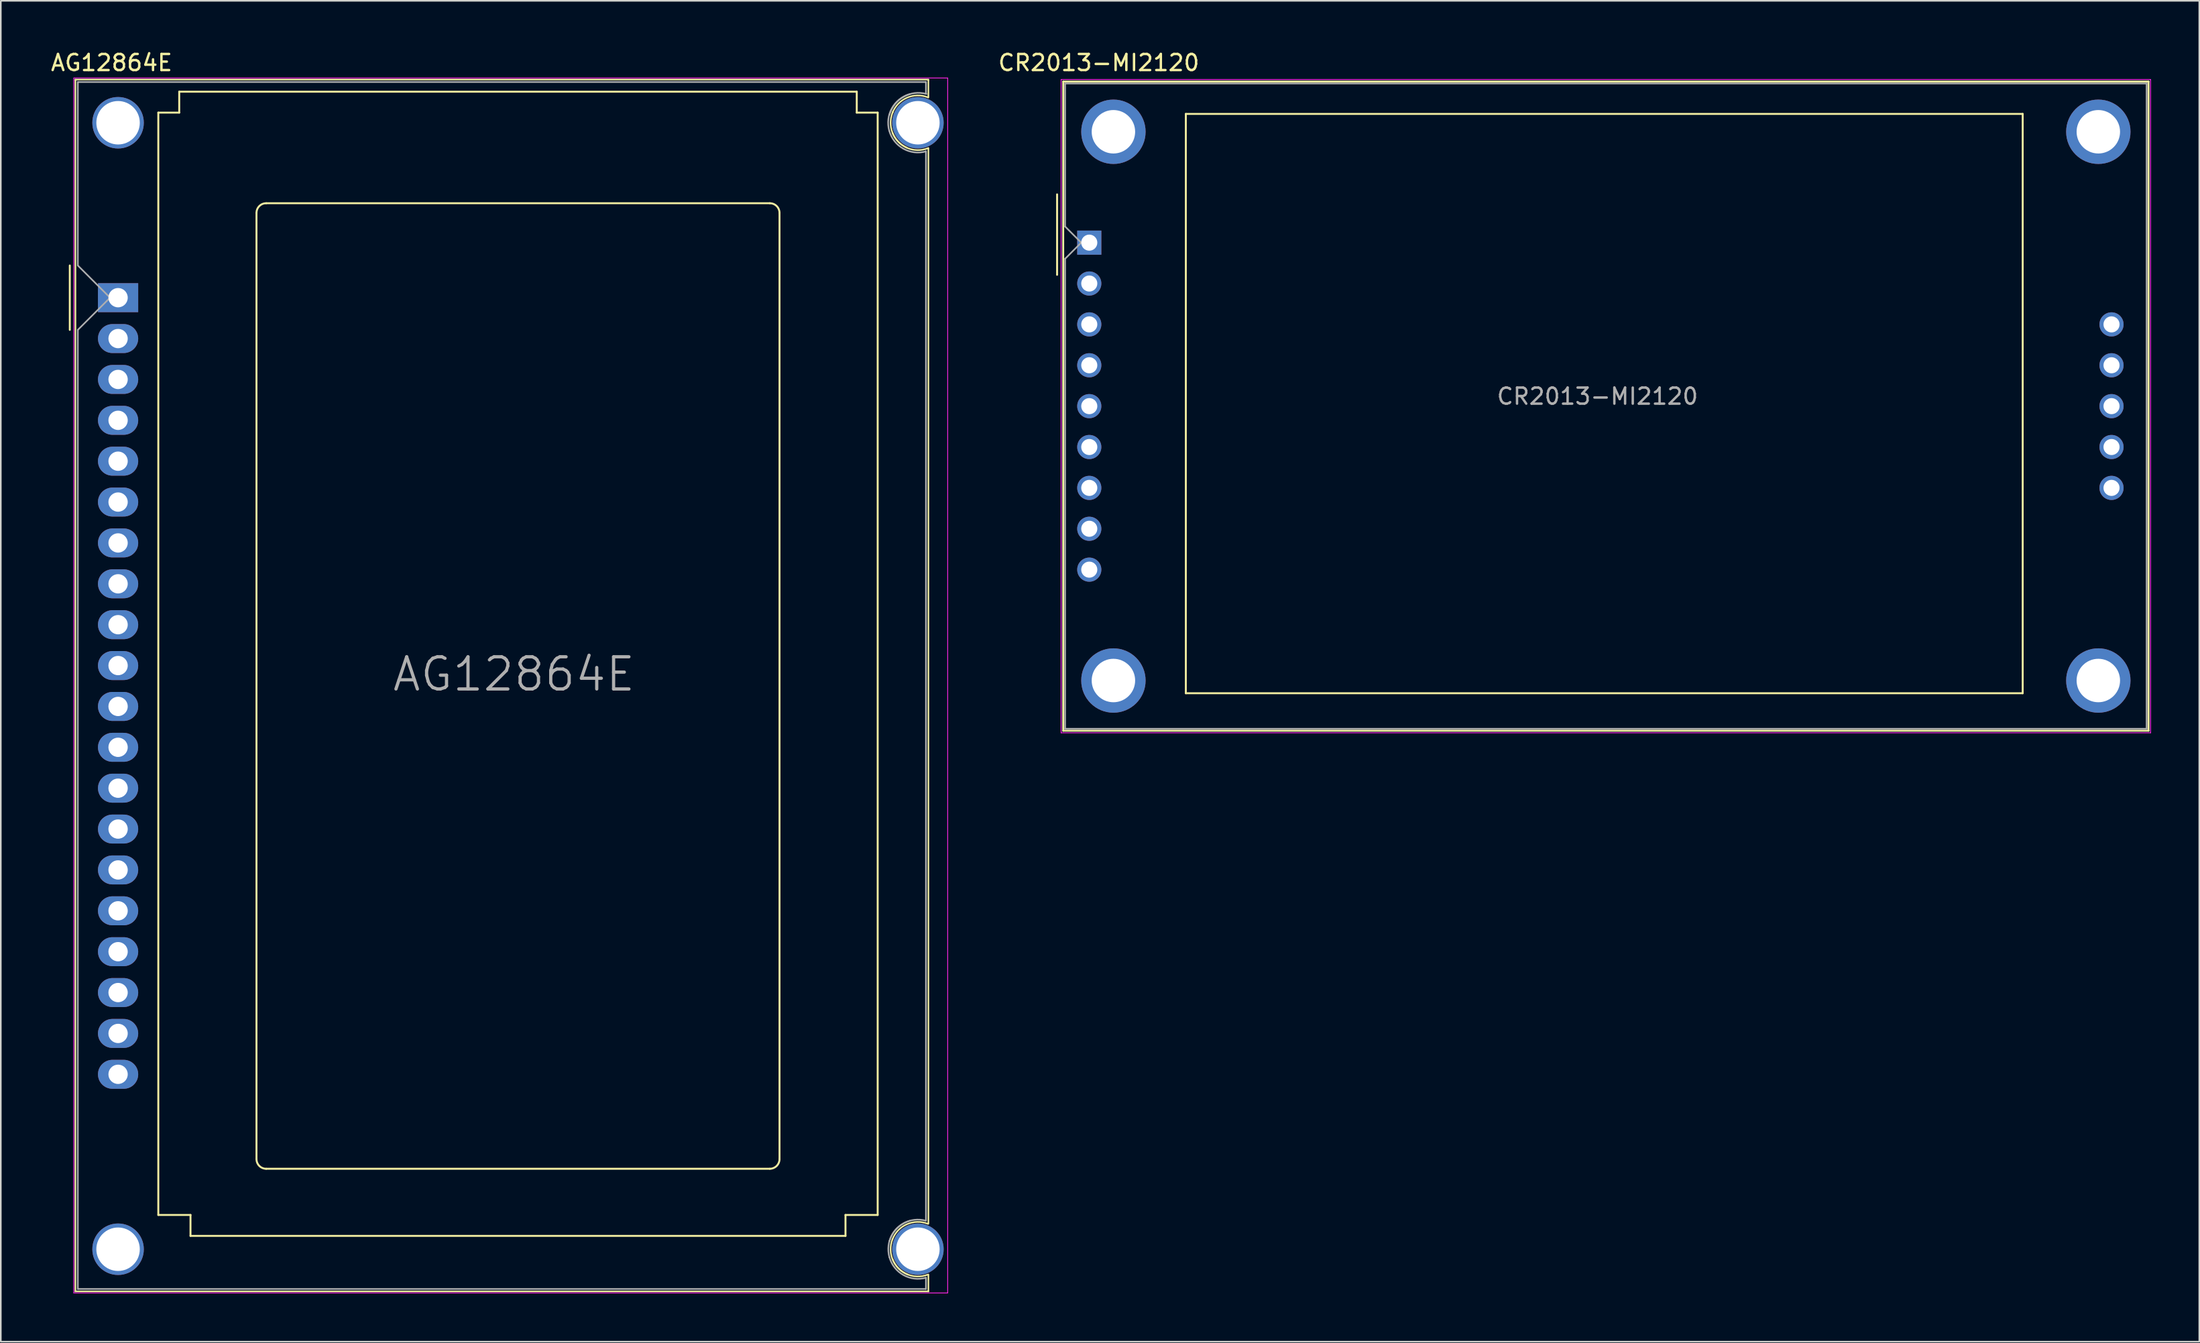
<source format=kicad_pcb>
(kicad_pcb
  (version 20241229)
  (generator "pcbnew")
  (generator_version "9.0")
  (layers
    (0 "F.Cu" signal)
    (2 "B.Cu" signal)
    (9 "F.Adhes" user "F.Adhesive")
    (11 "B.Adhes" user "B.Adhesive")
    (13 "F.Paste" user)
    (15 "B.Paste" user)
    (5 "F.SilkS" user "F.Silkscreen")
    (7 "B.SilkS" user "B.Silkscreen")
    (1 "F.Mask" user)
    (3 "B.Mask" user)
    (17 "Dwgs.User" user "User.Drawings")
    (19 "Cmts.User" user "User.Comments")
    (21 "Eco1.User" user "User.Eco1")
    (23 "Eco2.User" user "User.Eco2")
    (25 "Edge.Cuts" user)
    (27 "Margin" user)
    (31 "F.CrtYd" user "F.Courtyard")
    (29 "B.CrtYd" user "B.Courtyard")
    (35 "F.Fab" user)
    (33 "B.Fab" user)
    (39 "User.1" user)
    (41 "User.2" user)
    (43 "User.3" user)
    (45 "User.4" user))
  (footprint "AG12864E"
    (layer "F.Cu")
    (at 4.287 15.448)
    (property "Reference" "AG12864E" (at -0.4 -14.6 0) (layer "F.SilkS") (effects (font (size 1 1) (thickness 0.15))))
    (attr through_hole)
    (fp_line (start -3 -2) (end -3 2) (stroke (width 0.12) (type solid)) (layer "F.SilkS"))
    (fp_line (start -2.65 -13.55) (end -2.65 61.75) (stroke (width 0.1) (type solid)) (layer "F.SilkS"))
    (fp_line (start -2.65 61.75) (end 50.35 61.75) (stroke (width 0.1) (type solid)) (layer "F.SilkS"))
    (fp_line (start 2.5 57) (end 2.5 -11.5) (stroke (width 0.12) (type solid)) (layer "F.SilkS"))
    (fp_line (start 2.5 57) (end 4.5 57) (stroke (width 0.12) (type solid)) (layer "F.SilkS"))
    (fp_line (start 3.8 -12.8) (end 3.8 -11.5) (stroke (width 0.12) (type solid)) (layer "F.SilkS"))
    (fp_line (start 3.8 -12.8) (end 45.9 -12.8) (stroke (width 0.12) (type solid)) (layer "F.SilkS"))
    (fp_line (start 3.8 -11.5) (end 2.5 -11.5) (stroke (width 0.12) (type solid)) (layer "F.SilkS"))
    (fp_line (start 4.5 57) (end 4.5 58.3) (stroke (width 0.12) (type solid)) (layer "F.SilkS"))
    (fp_line (start 8.6 -5.27) (end 8.6 53.53) (stroke (width 0.12) (type solid)) (layer "F.SilkS"))
    (fp_line (start 9.2 54.13) (end 40.5 54.13) (stroke (width 0.12) (type solid)) (layer "F.SilkS"))
    (fp_line (start 40.5 -5.87) (end 9.21 -5.87) (stroke (width 0.12) (type solid)) (layer "F.SilkS"))
    (fp_line (start 41.1 53.53) (end 41.1 -5.27) (stroke (width 0.12) (type solid)) (layer "F.SilkS"))
    (fp_line (start 45.2 57) (end 45.2 58.3) (stroke (width 0.12) (type solid)) (layer "F.SilkS"))
    (fp_line (start 45.2 58.3) (end 4.5 58.3) (stroke (width 0.12) (type solid)) (layer "F.SilkS"))
    (fp_line (start 45.9 -11.5) (end 45.9 -12.8) (stroke (width 0.12) (type solid)) (layer "F.SilkS"))
    (fp_line (start 47.2 -11.5) (end 45.9 -11.5) (stroke (width 0.12) (type solid)) (layer "F.SilkS"))
    (fp_line (start 47.2 -11.5) (end 47.2 57) (stroke (width 0.12) (type solid)) (layer "F.SilkS"))
    (fp_line (start 47.2 57) (end 45.2 57) (stroke (width 0.12) (type solid)) (layer "F.SilkS"))
    (fp_line (start 50.35 -13.55) (end -2.65 -13.55) (stroke (width 0.1) (type solid)) (layer "F.SilkS"))
    (fp_line (start 50.35 -13.54) (end 50.35 -12.44) (stroke (width 0.1) (type solid)) (layer "F.SilkS"))
    (fp_line (start 50.35 57.55) (end 50.35 -9.3) (stroke (width 0.1) (type solid)) (layer "F.SilkS"))
    (fp_line (start 50.35 61.75) (end 50.35 60.7) (stroke (width 0.1) (type solid)) (layer "F.SilkS"))
    (fp_arc (start 8.6 -5.27) (mid 8.775736 -5.694264) (end 9.2 -5.87) (stroke (width 0.12) (type solid)) (layer "F.SilkS"))
    (fp_arc (start 9.2 54.13) (mid 8.775736 53.954264) (end 8.6 53.53) (stroke (width 0.12) (type solid)) (layer "F.SilkS"))
    (fp_arc (start 40.5 -5.87) (mid 40.924264 -5.694264) (end 41.1 -5.27) (stroke (width 0.12) (type solid)) (layer "F.SilkS"))
    (fp_arc (start 41.1 53.53) (mid 40.924264 53.954264) (end 40.5 54.13) (stroke (width 0.12) (type solid)) (layer "F.SilkS"))
    (fp_arc (start 48.12 -11.49) (mid 49.021177 -12.425635) (end 50.32 -12.45) (stroke (width 0.1) (type solid)) (layer "F.SilkS"))
    (fp_arc (start 48.12 58.51) (mid 49.021177 57.574365) (end 50.32 57.55) (stroke (width 0.1) (type solid)) (layer "F.SilkS"))
    (fp_arc (start 49.01 -9.32) (mid 48.116081 -10.261888) (end 48.15 -11.56) (stroke (width 0.1) (type solid)) (layer "F.SilkS"))
    (fp_arc (start 49.08 60.71) (mid 48.144365 59.808823) (end 48.12 58.51) (stroke (width 0.1) (type solid)) (layer "F.SilkS"))
    (fp_arc (start 50.31 60.71) (mid 49.014106 60.678564) (end 48.12 59.74) (stroke (width 0.1) (type solid)) (layer "F.SilkS"))
    (fp_arc (start 50.33 -9.29) (mid 49.028249 -9.307294) (end 48.12 -10.24) (stroke (width 0.1) (type solid)) (layer "F.SilkS"))
    (fp_line (start -2.75 -13.65) (end -2.75 61.85) (stroke (width 0.05) (type solid)) (layer "F.CrtYd"))
    (fp_line (start -2.75 -13.65) (end 51.55 -13.65) (stroke (width 0.05) (type solid)) (layer "F.CrtYd"))
    (fp_line (start -2.75 61.85) (end 51.55 61.85) (stroke (width 0.05) (type solid)) (layer "F.CrtYd"))
    (fp_line (start 51.55 -13.65) (end 51.55 61.85) (stroke (width 0.05) (type solid)) (layer "F.CrtYd"))
    (fp_line (start -2.5 -13.4) (end -2.5 -2) (stroke (width 0.1) (type solid)) (layer "F.Fab"))
    (fp_line (start -2.5 -13.4) (end 50.2 -13.4) (stroke (width 0.1) (type solid)) (layer "F.Fab"))
    (fp_line (start -2.5 -2) (end -0.5 0) (stroke (width 0.1) (type solid)) (layer "F.Fab"))
    (fp_line (start -2.5 2) (end -2.5 61.6) (stroke (width 0.1) (type solid)) (layer "F.Fab"))
    (fp_line (start -2.5 61.6) (end 50.2 61.6) (stroke (width 0.1) (type solid)) (layer "F.Fab"))
    (fp_line (start -0.5 0) (end -2.5 2) (stroke (width 0.1) (type solid)) (layer "F.Fab"))
    (fp_line (start 50.2 -13.4) (end 50.2 -12.7) (stroke (width 0.1) (type solid)) (layer "F.Fab"))
    (fp_line (start 50.2 -9.1) (end 50.2 57.35) (stroke (width 0.1) (type solid)) (layer "F.Fab"))
    (fp_line (start 50.2 61.6) (end 50.2 60.9) (stroke (width 0.1) (type solid)) (layer "F.Fab"))
    (fp_arc (start 47.92 -10.37) (mid 48.087797 -11.775097) (end 49.2 -12.65) (stroke (width 0.1) (type solid)) (layer "F.Fab"))
    (fp_arc (start 47.93 -11.36) (mid 48.810761 -12.486346) (end 50.23 -12.66) (stroke (width 0.1) (type solid)) (layer "F.Fab"))
    (fp_arc (start 47.93 58.63) (mid 48.801974 57.524868) (end 50.2 57.36) (stroke (width 0.1) (type solid)) (layer "F.Fab"))
    (fp_arc (start 47.93 59.63) (mid 48.094868 58.231974) (end 49.2 57.36) (stroke (width 0.1) (type solid)) (layer "F.Fab"))
    (fp_arc (start 50.2 -9.09) (mid 48.794903 -9.257797) (end 47.92 -10.37) (stroke (width 0.1) (type solid)) (layer "F.Fab"))
    (fp_arc (start 50.2 60.9) (mid 48.801974 60.735132) (end 47.93 59.63) (stroke (width 0.1) (type solid)) (layer "F.Fab"))
    (fp_text user "${REFERENCE}" (at 24.6 23.4 0) (layer "F.Fab") (effects (font (size 2 2) (thickness 0.2))))
    (pad "" thru_hole circle (at 0 -10.87 270) (size 3.2 3.2) (drill 2.7) (layers "*.Cu" "*.Mask"))
    (pad "" thru_hole circle (at 0 59.13 270) (size 3.2 3.2) (drill 2.7) (layers "*.Cu" "*.Mask"))
    (pad "" thru_hole circle (at 49.7 -10.87 270) (size 3.2 3.2) (drill 2.7) (layers "*.Cu" "*.Mask"))
    (pad "" thru_hole circle (at 49.7 59.13 270) (size 3.2 3.2) (drill 2.7) (layers "*.Cu" "*.Mask"))
    (pad "1" thru_hole rect (at 0 0 270) (size 1.8 2.5) (drill 1.2) (layers "*.Cu" "*.Mask"))
    (pad "2" thru_hole oval (at 0 2.54 270) (size 1.8 2.5) (drill 1.2) (layers "*.Cu" "*.Mask"))
    (pad "3" thru_hole oval (at 0 5.08 270) (size 1.8 2.5) (drill 1.2) (layers "*.Cu" "*.Mask"))
    (pad "4" thru_hole oval (at 0 7.62 270) (size 1.8 2.5) (drill 1.2) (layers "*.Cu" "*.Mask"))
    (pad "5" thru_hole oval (at 0 10.16 270) (size 1.8 2.5) (drill 1.2) (layers "*.Cu" "*.Mask"))
    (pad "6" thru_hole oval (at 0 12.7 270) (size 1.8 2.5) (drill 1.2) (layers "*.Cu" "*.Mask"))
    (pad "7" thru_hole oval (at 0 15.24 270) (size 1.8 2.5) (drill 1.2) (layers "*.Cu" "*.Mask"))
    (pad "8" thru_hole oval (at 0 17.78 270) (size 1.8 2.5) (drill 1.2) (layers "*.Cu" "*.Mask"))
    (pad "9" thru_hole oval (at 0 20.32 270) (size 1.8 2.5) (drill 1.2) (layers "*.Cu" "*.Mask"))
    (pad "10" thru_hole oval (at 0 22.86 270) (size 1.8 2.5) (drill 1.2) (layers "*.Cu" "*.Mask"))
    (pad "11" thru_hole oval (at 0 25.4 270) (size 1.8 2.5) (drill 1.2) (layers "*.Cu" "*.Mask"))
    (pad "12" thru_hole oval (at 0 27.94 270) (size 1.8 2.5) (drill 1.2) (layers "*.Cu" "*.Mask"))
    (pad "13" thru_hole oval (at 0 30.48 270) (size 1.8 2.5) (drill 1.2) (layers "*.Cu" "*.Mask"))
    (pad "14" thru_hole oval (at 0 33.02 270) (size 1.8 2.5) (drill 1.2) (layers "*.Cu" "*.Mask"))
    (pad "15" thru_hole oval (at 0 35.56 270) (size 1.8 2.5) (drill 1.2) (layers "*.Cu" "*.Mask"))
    (pad "16" thru_hole oval (at 0 38.1 270) (size 1.8 2.5) (drill 1.2) (layers "*.Cu" "*.Mask"))
    (pad "17" thru_hole oval (at 0 40.64 270) (size 1.8 2.5) (drill 1.2) (layers "*.Cu" "*.Mask"))
    (pad "18" thru_hole oval (at 0 43.18 270) (size 1.8 2.5) (drill 1.2) (layers "*.Cu" "*.Mask"))
    (pad "19" thru_hole oval (at 0 45.72 270) (size 1.8 2.5) (drill 1.2) (layers "*.Cu" "*.Mask"))
    (pad "20" thru_hole oval (at 0 48.26 270) (size 1.8 2.5) (drill 1.2) (layers "*.Cu" "*.Mask")))
  (footprint "CR2013-MI2120"
    (layer "F.Cu")
    (at 64.635 12.028)
    (property "Reference" "CR2013-MI2120" (at 0.59 -11.18 0) (layer "F.SilkS") (effects (font (size 1 1) (thickness 0.15))))
    (attr through_hole)
    (fp_line (start -2 -3) (end -2 2) (stroke (width 0.12) (type solid)) (layer "F.SilkS"))
    (fp_line (start -1.62 -10.01) (end 65.82 -10.01) (stroke (width 0.12) (type solid)) (layer "F.SilkS"))
    (fp_line (start -1.62 30.33) (end -1.62 -10.01) (stroke (width 0.12) (type solid)) (layer "F.SilkS"))
    (fp_line (start 6 -8) (end 58 -8) (stroke (width 0.12) (type solid)) (layer "F.SilkS"))
    (fp_line (start 6 28) (end 6 -8) (stroke (width 0.12) (type solid)) (layer "F.SilkS"))
    (fp_line (start 58 -8) (end 58 28) (stroke (width 0.12) (type solid)) (layer "F.SilkS"))
    (fp_line (start 58 28) (end 6 28) (stroke (width 0.12) (type solid)) (layer "F.SilkS"))
    (fp_line (start 65.82 -10.01) (end 65.82 30.33) (stroke (width 0.12) (type solid)) (layer "F.SilkS"))
    (fp_line (start 65.82 30.33) (end -1.62 30.33) (stroke (width 0.12) (type solid)) (layer "F.SilkS"))
    (fp_line (start -1.75 -10.14) (end 65.95 -10.14) (stroke (width 0.05) (type solid)) (layer "F.CrtYd"))
    (fp_line (start -1.75 30.46) (end -1.75 -10.14) (stroke (width 0.05) (type solid)) (layer "F.CrtYd"))
    (fp_line (start 65.95 -10.14) (end 65.95 30.46) (stroke (width 0.05) (type solid)) (layer "F.CrtYd"))
    (fp_line (start 65.95 30.46) (end -1.75 30.46) (stroke (width 0.05) (type solid)) (layer "F.CrtYd"))
    (fp_line (start -1.5 -9.89) (end 65.7 -9.89) (stroke (width 0.1) (type solid)) (layer "F.Fab"))
    (fp_line (start -1.5 -1) (end -1.5 -9.89) (stroke (width 0.1) (type solid)) (layer "F.Fab"))
    (fp_line (start -1.5 1) (end -0.5 0) (stroke (width 0.1) (type solid)) (layer "F.Fab"))
    (fp_line (start -1.5 30.21) (end -1.5 1) (stroke (width 0.1) (type solid)) (layer "F.Fab"))
    (fp_line (start -0.5 0) (end -1.5 -1) (stroke (width 0.1) (type solid)) (layer "F.Fab"))
    (fp_line (start 65.7 -9.89) (end 65.7 30.21) (stroke (width 0.1) (type solid)) (layer "F.Fab"))
    (fp_line (start 65.7 30.21) (end -1.5 30.21) (stroke (width 0.1) (type solid)) (layer "F.Fab"))
    (fp_text user "${REFERENCE}" (at 31.58 9.55 0) (layer "F.Fab") (effects (font (size 1 1) (thickness 0.15))))
    (pad "" thru_hole circle (at 1.5 -6.89) (size 4 4) (drill 2.7) (layers "*.Cu" "*.Mask"))
    (pad "" thru_hole circle (at 1.5 27.21) (size 4 4) (drill 2.7) (layers "*.Cu" "*.Mask"))
    (pad "" thru_hole circle (at 62.7 -6.89) (size 4 4) (drill 2.7) (layers "*.Cu" "*.Mask"))
    (pad "" thru_hole circle (at 62.7 27.21) (size 4 4) (drill 2.7) (layers "*.Cu" "*.Mask"))
    (pad "1" thru_hole rect (at 0 0) (size 1.5 1.5) (drill 1) (layers "*.Cu" "*.Mask"))
    (pad "2" thru_hole circle (at 0 2.54) (size 1.5 1.5) (drill 1) (layers "*.Cu" "*.Mask"))
    (pad "3" thru_hole circle (at 0 5.08) (size 1.5 1.5) (drill 1) (layers "*.Cu" "*.Mask"))
    (pad "4" thru_hole circle (at 0 7.62) (size 1.5 1.5) (drill 1) (layers "*.Cu" "*.Mask"))
    (pad "5" thru_hole circle (at 0 10.16) (size 1.5 1.5) (drill 1) (layers "*.Cu" "*.Mask"))
    (pad "6" thru_hole circle (at 0 12.7) (size 1.5 1.5) (drill 1) (layers "*.Cu" "*.Mask"))
    (pad "7" thru_hole circle (at 0 15.24) (size 1.5 1.5) (drill 1) (layers "*.Cu" "*.Mask"))
    (pad "8" thru_hole circle (at 0 17.78) (size 1.5 1.5) (drill 1) (layers "*.Cu" "*.Mask"))
    (pad "9" thru_hole circle (at 0 20.32) (size 1.5 1.5) (drill 1) (layers "*.Cu" "*.Mask"))
    (pad "10" thru_hole circle (at 63.52 5.08) (size 1.5 1.5) (drill 1) (layers "*.Cu" "*.Mask"))
    (pad "11" thru_hole circle (at 63.52 7.62) (size 1.5 1.5) (drill 1) (layers "*.Cu" "*.Mask"))
    (pad "12" thru_hole circle (at 63.52 10.16) (size 1.5 1.5) (drill 1) (layers "*.Cu" "*.Mask"))
    (pad "13" thru_hole circle (at 63.52 12.7) (size 1.5 1.5) (drill 1) (layers "*.Cu" "*.Mask"))
    (pad "14" thru_hole circle (at 63.52 15.24) (size 1.5 1.5) (drill 1) (layers "*.Cu" "*.Mask")))
  (gr_rect
    (start -3 -3)
    (end 133.61 80.323)
    (stroke (width 0.1) (type default))
    (fill no)
    (layer "Edge.Cuts")))
</source>
